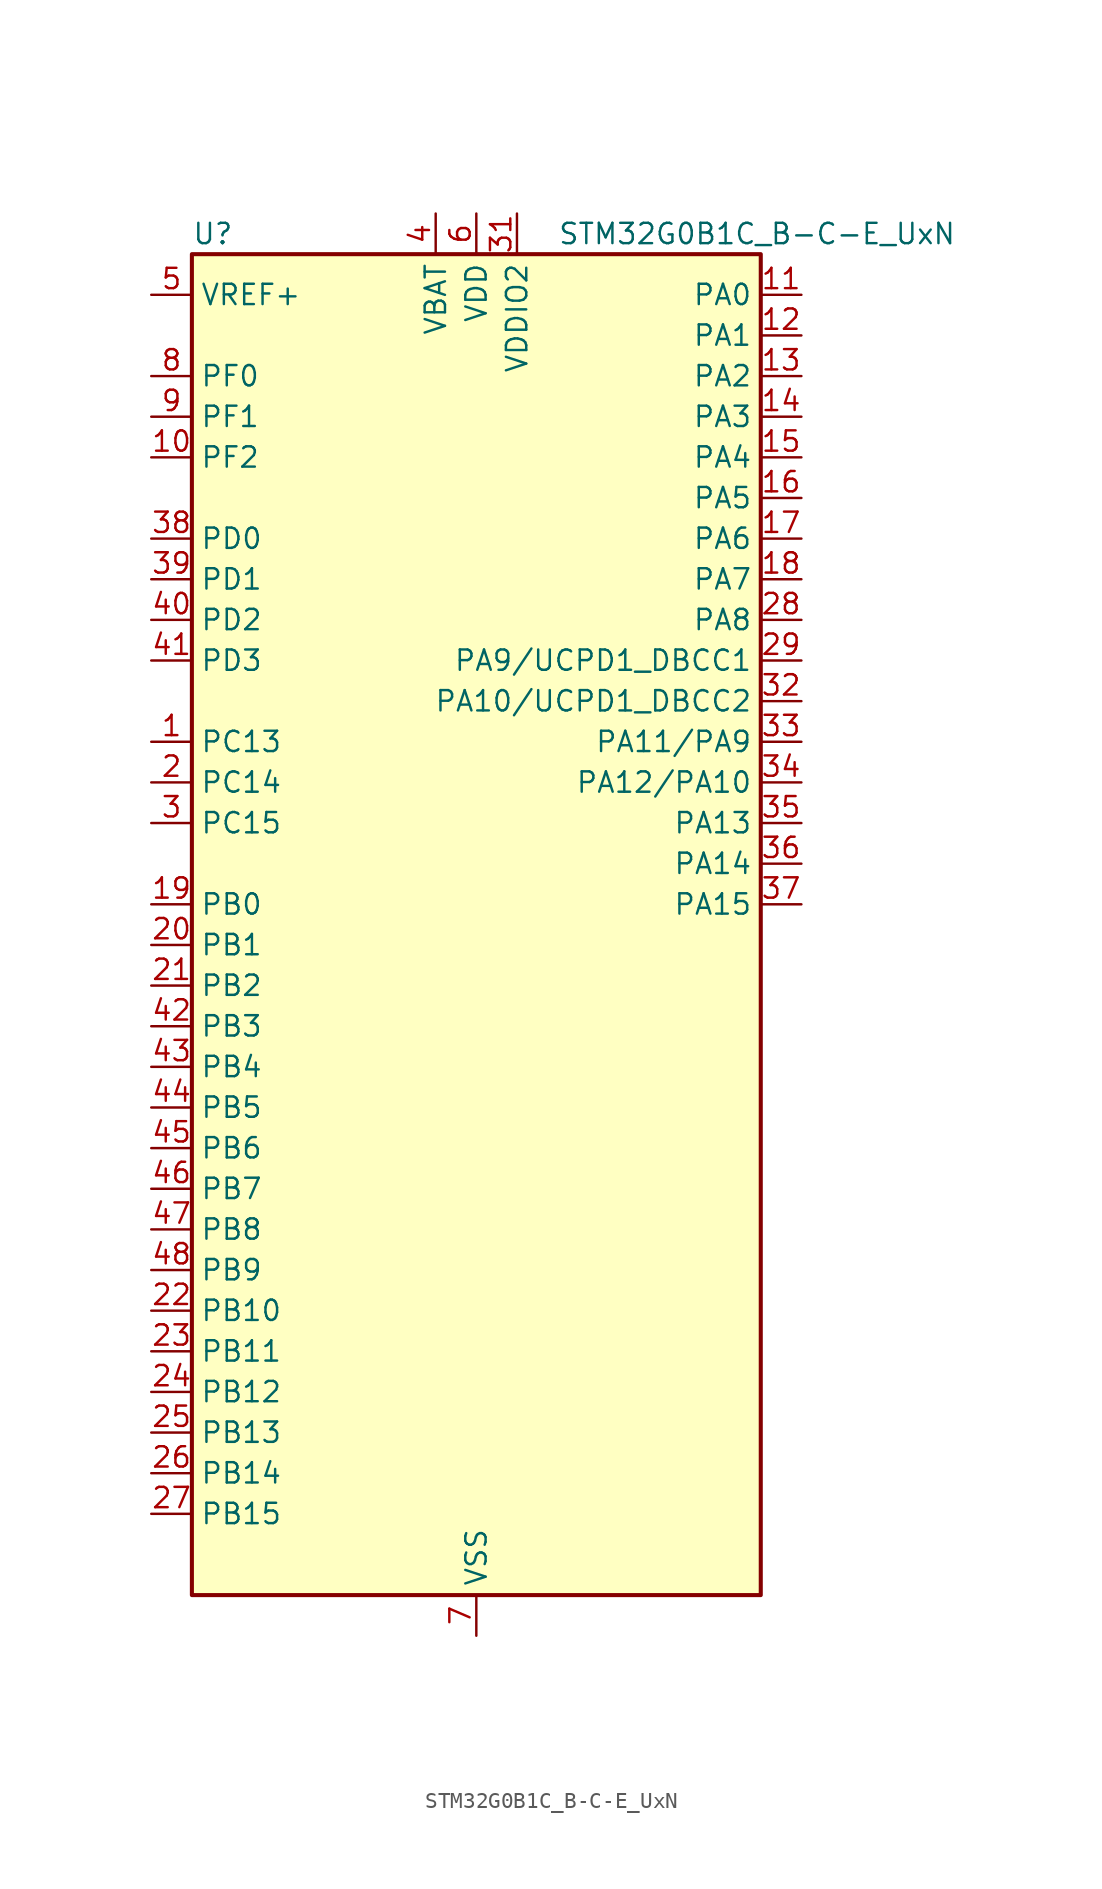
<source format=kicad_sym>
(kicad_symbol_lib
  (version 20231120)
  (generator "kicad_symbol_editor")
  (generator_version "8.0")
  (symbol "STM32G0B1C_B-C-E_UxN"
    (property "Reference" "U"
      (at -17.78 44.45 0)
      (effects (font (size 1.27 1.27)) (justify left)))
    (property "Value" "STM32G0B1C_B-C-E_UxN"
      (at 5.08 44.45 0)
      (effects (font (size 1.27 1.27)) (justify left)))
    (property "ki_locked" ""
      (at 0 0 0)
      (effects (font (size 1.27 1.27))))
    (symbol "STM32G0B1C_B-C-E_UxN_0_1"
      (rectangle (start -17.78 -40.64) (end 17.78 43.18) (stroke (width 0.254) (type default)) (fill (type background))))
    (symbol "STM32G0B1C_B-C-E_UxN_1_1"
      (pin bidirectional line (at -20.32 12.7 0) (length 2.54) (name "PC13" (effects (font (size 1.27 1.27)))) (number "1" (effects (font (size 1.27 1.27)))) (alternate "RTC_OUT1" bidirectional line) (alternate "RTC_TAMP_IN1" bidirectional line) (alternate "RTC_TS" bidirectional line) (alternate "SYS_WKUP2" bidirectional line) (alternate "TIM1_BK" bidirectional line))
      (pin bidirectional line (at -20.32 30.48 0) (length 2.54) (name "PF2" (effects (font (size 1.27 1.27)))) (number "10" (effects (font (size 1.27 1.27)))) (alternate "LPUART2_DE" bidirectional line) (alternate "LPUART2_RTS" bidirectional line) (alternate "LPUART2_TX" bidirectional line) (alternate "RCC_MCO" bidirectional line))
      (pin bidirectional line (at 20.32 40.64 180) (length 2.54) (name "PA0" (effects (font (size 1.27 1.27)))) (number "11" (effects (font (size 1.27 1.27)))) (alternate "ADC1_IN0" bidirectional line) (alternate "COMP1_INM" bidirectional line) (alternate "COMP1_OUT" bidirectional line) (alternate "I2S2_CK" bidirectional line) (alternate "LPTIM1_OUT" bidirectional line) (alternate "RTC_TAMP_IN2" bidirectional line) (alternate "SPI2_SCK" bidirectional line) (alternate "SYS_WKUP1" bidirectional line) (alternate "TIM2_CH1" bidirectional line) (alternate "TIM2_ETR" bidirectional line) (alternate "UCPD2_FRSTX1" bidirectional line) (alternate "UCPD2_FRSTX2" bidirectional line) (alternate "USART2_CTS" bidirectional line) (alternate "USART2_NSS" bidirectional line) (alternate "USART4_TX" bidirectional line))
      (pin bidirectional line (at 20.32 38.1 180) (length 2.54) (name "PA1" (effects (font (size 1.27 1.27)))) (number "12" (effects (font (size 1.27 1.27)))) (alternate "ADC1_IN1" bidirectional line) (alternate "COMP1_INP" bidirectional line) (alternate "I2C1_SMBA" bidirectional line) (alternate "I2S1_CK" bidirectional line) (alternate "SPI1_SCK" bidirectional line) (alternate "TIM15_CH1N" bidirectional line) (alternate "TIM2_CH2" bidirectional line) (alternate "USART2_CK" bidirectional line) (alternate "USART2_DE" bidirectional line) (alternate "USART2_RTS" bidirectional line) (alternate "USART4_RX" bidirectional line))
      (pin bidirectional line (at 20.32 35.56 180) (length 2.54) (name "PA2" (effects (font (size 1.27 1.27)))) (number "13" (effects (font (size 1.27 1.27)))) (alternate "ADC1_IN2" bidirectional line) (alternate "COMP2_INM" bidirectional line) (alternate "COMP2_OUT" bidirectional line) (alternate "I2S1_SD" bidirectional line) (alternate "LPUART1_TX" bidirectional line) (alternate "RCC_LSCO" bidirectional line) (alternate "SPI1_MOSI" bidirectional line) (alternate "SYS_WKUP4" bidirectional line) (alternate "TIM15_CH1" bidirectional line) (alternate "TIM2_CH3" bidirectional line) (alternate "UCPD1_FRSTX1" bidirectional line) (alternate "UCPD1_FRSTX2" bidirectional line) (alternate "USART2_TX" bidirectional line))
      (pin bidirectional line (at 20.32 33.02 180) (length 2.54) (name "PA3" (effects (font (size 1.27 1.27)))) (number "14" (effects (font (size 1.27 1.27)))) (alternate "ADC1_IN3" bidirectional line) (alternate "COMP2_INP" bidirectional line) (alternate "I2S2_MCK" bidirectional line) (alternate "LPUART1_RX" bidirectional line) (alternate "SPI2_MISO" bidirectional line) (alternate "TIM15_CH2" bidirectional line) (alternate "TIM2_CH4" bidirectional line) (alternate "UCPD2_FRSTX1" bidirectional line) (alternate "UCPD2_FRSTX2" bidirectional line) (alternate "USART2_RX" bidirectional line))
      (pin bidirectional line (at 20.32 30.48 180) (length 2.54) (name "PA4" (effects (font (size 1.27 1.27)))) (number "15" (effects (font (size 1.27 1.27)))) (alternate "ADC1_IN4" bidirectional line) (alternate "DAC1_OUT1" bidirectional line) (alternate "I2S1_WS" bidirectional line) (alternate "I2S2_SD" bidirectional line) (alternate "LPTIM2_OUT" bidirectional line) (alternate "RTC_OUT2" bidirectional line) (alternate "SPI1_NSS" bidirectional line) (alternate "SPI2_MOSI" bidirectional line) (alternate "SPI3_NSS" bidirectional line) (alternate "TIM14_CH1" bidirectional line) (alternate "UCPD2_FRSTX1" bidirectional line) (alternate "UCPD2_FRSTX2" bidirectional line) (alternate "USART6_TX" bidirectional line) (alternate "USB_NOE" bidirectional line))
      (pin bidirectional line (at 20.32 27.94 180) (length 2.54) (name "PA5" (effects (font (size 1.27 1.27)))) (number "16" (effects (font (size 1.27 1.27)))) (alternate "ADC1_IN5" bidirectional line) (alternate "CEC" bidirectional line) (alternate "DAC1_OUT2" bidirectional line) (alternate "I2S1_CK" bidirectional line) (alternate "LPTIM2_ETR" bidirectional line) (alternate "SPI1_SCK" bidirectional line) (alternate "TIM2_CH1" bidirectional line) (alternate "TIM2_ETR" bidirectional line) (alternate "UCPD1_FRSTX1" bidirectional line) (alternate "UCPD1_FRSTX2" bidirectional line) (alternate "USART3_TX" bidirectional line) (alternate "USART6_RX" bidirectional line))
      (pin bidirectional line (at 20.32 25.4 180) (length 2.54) (name "PA6" (effects (font (size 1.27 1.27)))) (number "17" (effects (font (size 1.27 1.27)))) (alternate "ADC1_IN6" bidirectional line) (alternate "COMP1_OUT" bidirectional line) (alternate "I2C2_SDA" bidirectional line) (alternate "I2C3_SDA" bidirectional line) (alternate "I2S1_MCK" bidirectional line) (alternate "LPUART1_CTS" bidirectional line) (alternate "SPI1_MISO" bidirectional line) (alternate "TIM16_CH1" bidirectional line) (alternate "TIM1_BK" bidirectional line) (alternate "TIM3_CH1" bidirectional line) (alternate "USART3_CTS" bidirectional line) (alternate "USART3_NSS" bidirectional line) (alternate "USART6_CTS" bidirectional line) (alternate "USART6_NSS" bidirectional line))
      (pin bidirectional line (at 20.32 22.86 180) (length 2.54) (name "PA7" (effects (font (size 1.27 1.27)))) (number "18" (effects (font (size 1.27 1.27)))) (alternate "ADC1_IN7" bidirectional line) (alternate "COMP2_OUT" bidirectional line) (alternate "I2C2_SCL" bidirectional line) (alternate "I2C3_SCL" bidirectional line) (alternate "I2S1_SD" bidirectional line) (alternate "SPI1_MOSI" bidirectional line) (alternate "TIM14_CH1" bidirectional line) (alternate "TIM17_CH1" bidirectional line) (alternate "TIM1_CH1N" bidirectional line) (alternate "TIM3_CH2" bidirectional line) (alternate "UCPD1_FRSTX1" bidirectional line) (alternate "UCPD1_FRSTX2" bidirectional line) (alternate "USART6_CK" bidirectional line) (alternate "USART6_DE" bidirectional line) (alternate "USART6_RTS" bidirectional line))
      (pin bidirectional line (at -20.32 2.54 0) (length 2.54) (name "PB0" (effects (font (size 1.27 1.27)))) (number "19" (effects (font (size 1.27 1.27)))) (alternate "ADC1_IN8" bidirectional line) (alternate "COMP1_OUT" bidirectional line) (alternate "COMP3_INP" bidirectional line) (alternate "FDCAN2_RX" bidirectional line) (alternate "I2S1_WS" bidirectional line) (alternate "LPTIM1_OUT" bidirectional line) (alternate "LPUART2_CTS" bidirectional line) (alternate "SPI1_NSS" bidirectional line) (alternate "TIM1_CH2N" bidirectional line) (alternate "TIM3_CH3" bidirectional line) (alternate "UCPD1_FRSTX1" bidirectional line) (alternate "UCPD1_FRSTX2" bidirectional line) (alternate "USART3_RX" bidirectional line) (alternate "USART5_TX" bidirectional line))
      (pin bidirectional line (at -20.32 10.16 0) (length 2.54) (name "PC14" (effects (font (size 1.27 1.27)))) (number "2" (effects (font (size 1.27 1.27)))) (alternate "RCC_OSC32_IN" bidirectional line) (alternate "TIM1_BK2" bidirectional line))
      (pin bidirectional line (at -20.32 0 0) (length 2.54) (name "PB1" (effects (font (size 1.27 1.27)))) (number "20" (effects (font (size 1.27 1.27)))) (alternate "ADC1_IN9" bidirectional line) (alternate "COMP1_INM" bidirectional line) (alternate "COMP3_OUT" bidirectional line) (alternate "FDCAN2_TX" bidirectional line) (alternate "LPTIM2_IN1" bidirectional line) (alternate "LPUART1_DE" bidirectional line) (alternate "LPUART1_RTS" bidirectional line) (alternate "LPUART2_DE" bidirectional line) (alternate "LPUART2_RTS" bidirectional line) (alternate "TIM14_CH1" bidirectional line) (alternate "TIM1_CH3N" bidirectional line) (alternate "TIM3_CH4" bidirectional line) (alternate "USART3_CK" bidirectional line) (alternate "USART3_DE" bidirectional line) (alternate "USART3_RTS" bidirectional line) (alternate "USART5_RX" bidirectional line))
      (pin bidirectional line (at -20.32 -2.54 0) (length 2.54) (name "PB2" (effects (font (size 1.27 1.27)))) (number "21" (effects (font (size 1.27 1.27)))) (alternate "ADC1_IN10" bidirectional line) (alternate "COMP1_INP" bidirectional line) (alternate "COMP3_INM" bidirectional line) (alternate "I2S2_MCK" bidirectional line) (alternate "LPTIM1_OUT" bidirectional line) (alternate "RCC_MCO_2" bidirectional line) (alternate "SPI2_MISO" bidirectional line) (alternate "USART3_TX" bidirectional line))
      (pin bidirectional line (at -20.32 -22.86 0) (length 2.54) (name "PB10" (effects (font (size 1.27 1.27)))) (number "22" (effects (font (size 1.27 1.27)))) (alternate "ADC1_IN11" bidirectional line) (alternate "CEC" bidirectional line) (alternate "COMP1_OUT" bidirectional line) (alternate "I2C2_SCL" bidirectional line) (alternate "I2S2_CK" bidirectional line) (alternate "LPUART1_RX" bidirectional line) (alternate "SPI2_SCK" bidirectional line) (alternate "TIM2_CH3" bidirectional line) (alternate "USART3_TX" bidirectional line))
      (pin bidirectional line (at -20.32 -25.4 0) (length 2.54) (name "PB11" (effects (font (size 1.27 1.27)))) (number "23" (effects (font (size 1.27 1.27)))) (alternate "ADC1_EXTI11" bidirectional line) (alternate "ADC1_IN15" bidirectional line) (alternate "COMP2_OUT" bidirectional line) (alternate "I2C2_SDA" bidirectional line) (alternate "I2S2_SD" bidirectional line) (alternate "LPUART1_TX" bidirectional line) (alternate "SPI2_MOSI" bidirectional line) (alternate "TIM2_CH4" bidirectional line) (alternate "USART3_RX" bidirectional line))
      (pin bidirectional line (at -20.32 -27.94 0) (length 2.54) (name "PB12" (effects (font (size 1.27 1.27)))) (number "24" (effects (font (size 1.27 1.27)))) (alternate "ADC1_IN16" bidirectional line) (alternate "FDCAN2_RX" bidirectional line) (alternate "I2C2_SMBA" bidirectional line) (alternate "I2S2_WS" bidirectional line) (alternate "LPUART1_DE" bidirectional line) (alternate "LPUART1_RTS" bidirectional line) (alternate "SPI2_NSS" bidirectional line) (alternate "TIM15_BK" bidirectional line) (alternate "TIM1_BK" bidirectional line) (alternate "UCPD2_FRSTX1" bidirectional line) (alternate "UCPD2_FRSTX2" bidirectional line))
      (pin bidirectional line (at -20.32 -30.48 0) (length 2.54) (name "PB13" (effects (font (size 1.27 1.27)))) (number "25" (effects (font (size 1.27 1.27)))) (alternate "FDCAN2_TX" bidirectional line) (alternate "I2C2_SCL" bidirectional line) (alternate "I2S2_CK" bidirectional line) (alternate "LPUART1_CTS" bidirectional line) (alternate "SPI2_SCK" bidirectional line) (alternate "TIM15_CH1N" bidirectional line) (alternate "TIM1_CH1N" bidirectional line) (alternate "USART3_CTS" bidirectional line) (alternate "USART3_NSS" bidirectional line))
      (pin bidirectional line (at -20.32 -33.02 0) (length 2.54) (name "PB14" (effects (font (size 1.27 1.27)))) (number "26" (effects (font (size 1.27 1.27)))) (alternate "I2C2_SDA" bidirectional line) (alternate "I2S2_MCK" bidirectional line) (alternate "SPI2_MISO" bidirectional line) (alternate "TIM15_CH1" bidirectional line) (alternate "TIM1_CH2N" bidirectional line) (alternate "UCPD1_FRSTX1" bidirectional line) (alternate "UCPD1_FRSTX2" bidirectional line) (alternate "USART3_CK" bidirectional line) (alternate "USART3_DE" bidirectional line) (alternate "USART3_RTS" bidirectional line) (alternate "USART6_CK" bidirectional line) (alternate "USART6_DE" bidirectional line) (alternate "USART6_RTS" bidirectional line))
      (pin bidirectional line (at -20.32 -35.56 0) (length 2.54) (name "PB15" (effects (font (size 1.27 1.27)))) (number "27" (effects (font (size 1.27 1.27)))) (alternate "I2S2_SD" bidirectional line) (alternate "RTC_REFIN" bidirectional line) (alternate "SPI2_MOSI" bidirectional line) (alternate "TIM15_CH1N" bidirectional line) (alternate "TIM15_CH2" bidirectional line) (alternate "TIM1_CH3N" bidirectional line) (alternate "UCPD1_CC2" bidirectional line) (alternate "USART6_CTS" bidirectional line) (alternate "USART6_NSS" bidirectional line))
      (pin bidirectional line (at 20.32 20.32 180) (length 2.54) (name "PA8" (effects (font (size 1.27 1.27)))) (number "28" (effects (font (size 1.27 1.27)))) (alternate "CRS1_SYNC" bidirectional line) (alternate "I2C2_SMBA" bidirectional line) (alternate "I2S2_WS" bidirectional line) (alternate "LPTIM2_OUT" bidirectional line) (alternate "RCC_MCO" bidirectional line) (alternate "SPI2_NSS" bidirectional line) (alternate "TIM1_CH1" bidirectional line) (alternate "UCPD1_CC1" bidirectional line))
      (pin bidirectional line (at 20.32 17.78 180) (length 2.54) (name "PA9/UCPD1_DBCC1" (effects (font (size 1.27 1.27)))) (number "29" (effects (font (size 1.27 1.27)))) (alternate "DAC1_EXTI9" bidirectional line) (alternate "I2C1_SCL" bidirectional line) (alternate "I2C2_SCL" bidirectional line) (alternate "I2S2_MCK" bidirectional line) (alternate "RCC_MCO" bidirectional line) (alternate "SPI2_MISO" bidirectional line) (alternate "TIM15_BK" bidirectional line) (alternate "TIM1_CH2" bidirectional line) (alternate "UCPD1_DBCC1" bidirectional line) (alternate "USART1_TX" bidirectional line))
      (pin bidirectional line (at -20.32 7.62 0) (length 2.54) (name "PC15" (effects (font (size 1.27 1.27)))) (number "3" (effects (font (size 1.27 1.27)))) (alternate "RCC_OSC32_EN" bidirectional line) (alternate "RCC_OSC32_OUT" bidirectional line) (alternate "RCC_OSC_EN" bidirectional line) (alternate "TIM15_BK" bidirectional line))
      (pin passive line (at 0 -43.18 90) (length 2.54) hide (name "VSS" (effects (font (size 1.27 1.27)))) (number "30" (effects (font (size 1.27 1.27)))))
      (pin power_in line (at 2.54 45.72 270) (length 2.54) (name "VDDIO2" (effects (font (size 1.27 1.27)))) (number "31" (effects (font (size 1.27 1.27)))))
      (pin bidirectional line (at 20.32 15.24 180) (length 2.54) (name "PA10/UCPD1_DBCC2" (effects (font (size 1.27 1.27)))) (number "32" (effects (font (size 1.27 1.27)))) (alternate "I2C1_SDA" bidirectional line) (alternate "I2C2_SDA" bidirectional line) (alternate "I2S2_SD" bidirectional line) (alternate "RCC_MCO_2" bidirectional line) (alternate "SPI2_MOSI" bidirectional line) (alternate "TIM17_BK" bidirectional line) (alternate "TIM1_CH3" bidirectional line) (alternate "UCPD1_DBCC2" bidirectional line) (alternate "USART1_RX" bidirectional line))
      (pin bidirectional line (at 20.32 12.7 180) (length 2.54) (name "PA11/PA9" (effects (font (size 1.27 1.27)))) (number "33" (effects (font (size 1.27 1.27)))) (alternate "ADC1_EXTI11" bidirectional line) (alternate "COMP1_OUT" bidirectional line) (alternate "FDCAN1_RX" bidirectional line) (alternate "I2C2_SCL" bidirectional line) (alternate "I2S1_MCK" bidirectional line) (alternate "SPI1_MISO" bidirectional line) (alternate "TIM1_BK2" bidirectional line) (alternate "TIM1_CH4" bidirectional line) (alternate "USART1_CTS" bidirectional line) (alternate "USART1_NSS" bidirectional line) (alternate "USB_DM" bidirectional line))
      (pin bidirectional line (at 20.32 10.16 180) (length 2.54) (name "PA12/PA10" (effects (font (size 1.27 1.27)))) (number "34" (effects (font (size 1.27 1.27)))) (alternate "COMP2_OUT" bidirectional line) (alternate "FDCAN1_TX" bidirectional line) (alternate "I2C2_SDA" bidirectional line) (alternate "I2S1_SD" bidirectional line) (alternate "I2S_CKIN" bidirectional line) (alternate "SPI1_MOSI" bidirectional line) (alternate "TIM1_ETR" bidirectional line) (alternate "USART1_CK" bidirectional line) (alternate "USART1_DE" bidirectional line) (alternate "USART1_RTS" bidirectional line) (alternate "USB_DP" bidirectional line))
      (pin bidirectional line (at 20.32 7.62 180) (length 2.54) (name "PA13" (effects (font (size 1.27 1.27)))) (number "35" (effects (font (size 1.27 1.27)))) (alternate "IR_OUT" bidirectional line) (alternate "LPUART2_RX" bidirectional line) (alternate "SYS_SWDIO" bidirectional line) (alternate "USB_NOE" bidirectional line))
      (pin bidirectional line (at 20.32 5.08 180) (length 2.54) (name "PA14" (effects (font (size 1.27 1.27)))) (number "36" (effects (font (size 1.27 1.27)))) (alternate "LPUART2_TX" bidirectional line) (alternate "SYS_SWCLK" bidirectional line) (alternate "USART2_TX" bidirectional line))
      (pin bidirectional line (at 20.32 2.54 180) (length 2.54) (name "PA15" (effects (font (size 1.27 1.27)))) (number "37" (effects (font (size 1.27 1.27)))) (alternate "I2C2_SMBA" bidirectional line) (alternate "I2S1_WS" bidirectional line) (alternate "RCC_MCO_2" bidirectional line) (alternate "SPI1_NSS" bidirectional line) (alternate "SPI3_NSS" bidirectional line) (alternate "TIM2_CH1" bidirectional line) (alternate "TIM2_ETR" bidirectional line) (alternate "USART2_RX" bidirectional line) (alternate "USART3_CK" bidirectional line) (alternate "USART3_DE" bidirectional line) (alternate "USART3_RTS" bidirectional line) (alternate "USART4_CK" bidirectional line) (alternate "USART4_DE" bidirectional line) (alternate "USART4_RTS" bidirectional line) (alternate "USB_NOE" bidirectional line))
      (pin bidirectional line (at -20.32 25.4 0) (length 2.54) (name "PD0" (effects (font (size 1.27 1.27)))) (number "38" (effects (font (size 1.27 1.27)))) (alternate "FDCAN1_RX" bidirectional line) (alternate "I2S2_WS" bidirectional line) (alternate "SPI2_NSS" bidirectional line) (alternate "TIM16_CH1" bidirectional line) (alternate "UCPD2_CC1" bidirectional line))
      (pin bidirectional line (at -20.32 22.86 0) (length 2.54) (name "PD1" (effects (font (size 1.27 1.27)))) (number "39" (effects (font (size 1.27 1.27)))) (alternate "FDCAN1_TX" bidirectional line) (alternate "I2S2_CK" bidirectional line) (alternate "SPI2_SCK" bidirectional line) (alternate "TIM17_CH1" bidirectional line) (alternate "UCPD2_DBCC1" bidirectional line))
      (pin power_in line (at -2.54 45.72 270) (length 2.54) (name "VBAT" (effects (font (size 1.27 1.27)))) (number "4" (effects (font (size 1.27 1.27)))))
      (pin bidirectional line (at -20.32 20.32 0) (length 2.54) (name "PD2" (effects (font (size 1.27 1.27)))) (number "40" (effects (font (size 1.27 1.27)))) (alternate "TIM1_CH1N" bidirectional line) (alternate "TIM3_ETR" bidirectional line) (alternate "UCPD2_CC2" bidirectional line) (alternate "USART3_CK" bidirectional line) (alternate "USART3_DE" bidirectional line) (alternate "USART3_RTS" bidirectional line) (alternate "USART5_RX" bidirectional line))
      (pin bidirectional line (at -20.32 17.78 0) (length 2.54) (name "PD3" (effects (font (size 1.27 1.27)))) (number "41" (effects (font (size 1.27 1.27)))) (alternate "I2S2_MCK" bidirectional line) (alternate "SPI2_MISO" bidirectional line) (alternate "TIM1_CH2N" bidirectional line) (alternate "UCPD2_DBCC2" bidirectional line) (alternate "USART2_CTS" bidirectional line) (alternate "USART2_NSS" bidirectional line) (alternate "USART5_TX" bidirectional line))
      (pin bidirectional line (at -20.32 -5.08 0) (length 2.54) (name "PB3" (effects (font (size 1.27 1.27)))) (number "42" (effects (font (size 1.27 1.27)))) (alternate "COMP2_INM" bidirectional line) (alternate "I2C2_SCL" bidirectional line) (alternate "I2C3_SCL" bidirectional line) (alternate "I2S1_CK" bidirectional line) (alternate "SPI1_SCK" bidirectional line) (alternate "SPI3_SCK" bidirectional line) (alternate "TIM1_CH2" bidirectional line) (alternate "TIM2_CH2" bidirectional line) (alternate "USART1_CK" bidirectional line) (alternate "USART1_DE" bidirectional line) (alternate "USART1_RTS" bidirectional line) (alternate "USART5_TX" bidirectional line))
      (pin bidirectional line (at -20.32 -7.62 0) (length 2.54) (name "PB4" (effects (font (size 1.27 1.27)))) (number "43" (effects (font (size 1.27 1.27)))) (alternate "COMP2_INP" bidirectional line) (alternate "I2C2_SDA" bidirectional line) (alternate "I2C3_SDA" bidirectional line) (alternate "I2S1_MCK" bidirectional line) (alternate "SPI1_MISO" bidirectional line) (alternate "SPI3_MISO" bidirectional line) (alternate "TIM17_BK" bidirectional line) (alternate "TIM3_CH1" bidirectional line) (alternate "USART1_CTS" bidirectional line) (alternate "USART1_NSS" bidirectional line) (alternate "USART5_RX" bidirectional line))
      (pin bidirectional line (at -20.32 -10.16 0) (length 2.54) (name "PB5" (effects (font (size 1.27 1.27)))) (number "44" (effects (font (size 1.27 1.27)))) (alternate "COMP2_OUT" bidirectional line) (alternate "FDCAN2_RX" bidirectional line) (alternate "I2C1_SMBA" bidirectional line) (alternate "I2S1_SD" bidirectional line) (alternate "LPTIM1_IN1" bidirectional line) (alternate "SPI1_MOSI" bidirectional line) (alternate "SPI3_MOSI" bidirectional line) (alternate "SYS_WKUP6" bidirectional line) (alternate "TIM16_BK" bidirectional line) (alternate "TIM3_CH2" bidirectional line) (alternate "USART5_CK" bidirectional line) (alternate "USART5_DE" bidirectional line) (alternate "USART5_RTS" bidirectional line))
      (pin bidirectional line (at -20.32 -12.7 0) (length 2.54) (name "PB6" (effects (font (size 1.27 1.27)))) (number "45" (effects (font (size 1.27 1.27)))) (alternate "COMP2_INP" bidirectional line) (alternate "FDCAN2_TX" bidirectional line) (alternate "I2C1_SCL" bidirectional line) (alternate "I2S2_MCK" bidirectional line) (alternate "LPTIM1_ETR" bidirectional line) (alternate "LPUART2_TX" bidirectional line) (alternate "SPI2_MISO" bidirectional line) (alternate "TIM16_CH1N" bidirectional line) (alternate "TIM1_CH3" bidirectional line) (alternate "TIM4_CH1" bidirectional line) (alternate "USART1_TX" bidirectional line) (alternate "USART5_CTS" bidirectional line) (alternate "USART5_NSS" bidirectional line))
      (pin bidirectional line (at -20.32 -15.24 0) (length 2.54) (name "PB7" (effects (font (size 1.27 1.27)))) (number "46" (effects (font (size 1.27 1.27)))) (alternate "COMP2_INM" bidirectional line) (alternate "I2C1_SDA" bidirectional line) (alternate "I2S2_SD" bidirectional line) (alternate "LPTIM1_IN2" bidirectional line) (alternate "LPUART2_RX" bidirectional line) (alternate "SPI2_MOSI" bidirectional line) (alternate "SYS_PVD_IN" bidirectional line) (alternate "TIM17_CH1N" bidirectional line) (alternate "TIM4_CH2" bidirectional line) (alternate "USART1_RX" bidirectional line) (alternate "USART4_CTS" bidirectional line) (alternate "USART4_NSS" bidirectional line))
      (pin bidirectional line (at -20.32 -17.78 0) (length 2.54) (name "PB8" (effects (font (size 1.27 1.27)))) (number "47" (effects (font (size 1.27 1.27)))) (alternate "CEC" bidirectional line) (alternate "FDCAN1_RX" bidirectional line) (alternate "I2C1_SCL" bidirectional line) (alternate "I2S2_CK" bidirectional line) (alternate "SPI2_SCK" bidirectional line) (alternate "TIM15_BK" bidirectional line) (alternate "TIM16_CH1" bidirectional line) (alternate "TIM4_CH3" bidirectional line) (alternate "USART3_TX" bidirectional line) (alternate "USART6_TX" bidirectional line))
      (pin bidirectional line (at -20.32 -20.32 0) (length 2.54) (name "PB9" (effects (font (size 1.27 1.27)))) (number "48" (effects (font (size 1.27 1.27)))) (alternate "DAC1_EXTI9" bidirectional line) (alternate "FDCAN1_TX" bidirectional line) (alternate "I2C1_SDA" bidirectional line) (alternate "I2S2_WS" bidirectional line) (alternate "IR_OUT" bidirectional line) (alternate "SPI2_NSS" bidirectional line) (alternate "TIM17_CH1" bidirectional line) (alternate "TIM4_CH4" bidirectional line) (alternate "UCPD2_FRSTX1" bidirectional line) (alternate "UCPD2_FRSTX2" bidirectional line) (alternate "USART3_RX" bidirectional line) (alternate "USART6_RX" bidirectional line))
      (pin passive line (at 0 -43.18 90) (length 2.54) hide (name "VSS" (effects (font (size 1.27 1.27)))) (number "49" (effects (font (size 1.27 1.27)))))
      (pin input line (at -20.32 40.64 0) (length 2.54) (name "VREF+" (effects (font (size 1.27 1.27)))) (number "5" (effects (font (size 1.27 1.27)))) (alternate "VREFBUF_OUT" bidirectional line))
      (pin power_in line (at 0 45.72 270) (length 2.54) (name "VDD" (effects (font (size 1.27 1.27)))) (number "6" (effects (font (size 1.27 1.27)))))
      (pin power_in line (at 0 -43.18 90) (length 2.54) (name "VSS" (effects (font (size 1.27 1.27)))) (number "7" (effects (font (size 1.27 1.27)))))
      (pin bidirectional line (at -20.32 35.56 0) (length 2.54) (name "PF0" (effects (font (size 1.27 1.27)))) (number "8" (effects (font (size 1.27 1.27)))) (alternate "CRS1_SYNC" bidirectional line) (alternate "RCC_OSC_IN" bidirectional line) (alternate "TIM14_CH1" bidirectional line))
      (pin bidirectional line (at -20.32 33.02 0) (length 2.54) (name "PF1" (effects (font (size 1.27 1.27)))) (number "9" (effects (font (size 1.27 1.27)))) (alternate "RCC_OSC_EN" bidirectional line) (alternate "RCC_OSC_OUT" bidirectional line) (alternate "TIM15_CH1N" bidirectional line)))))
</source>
